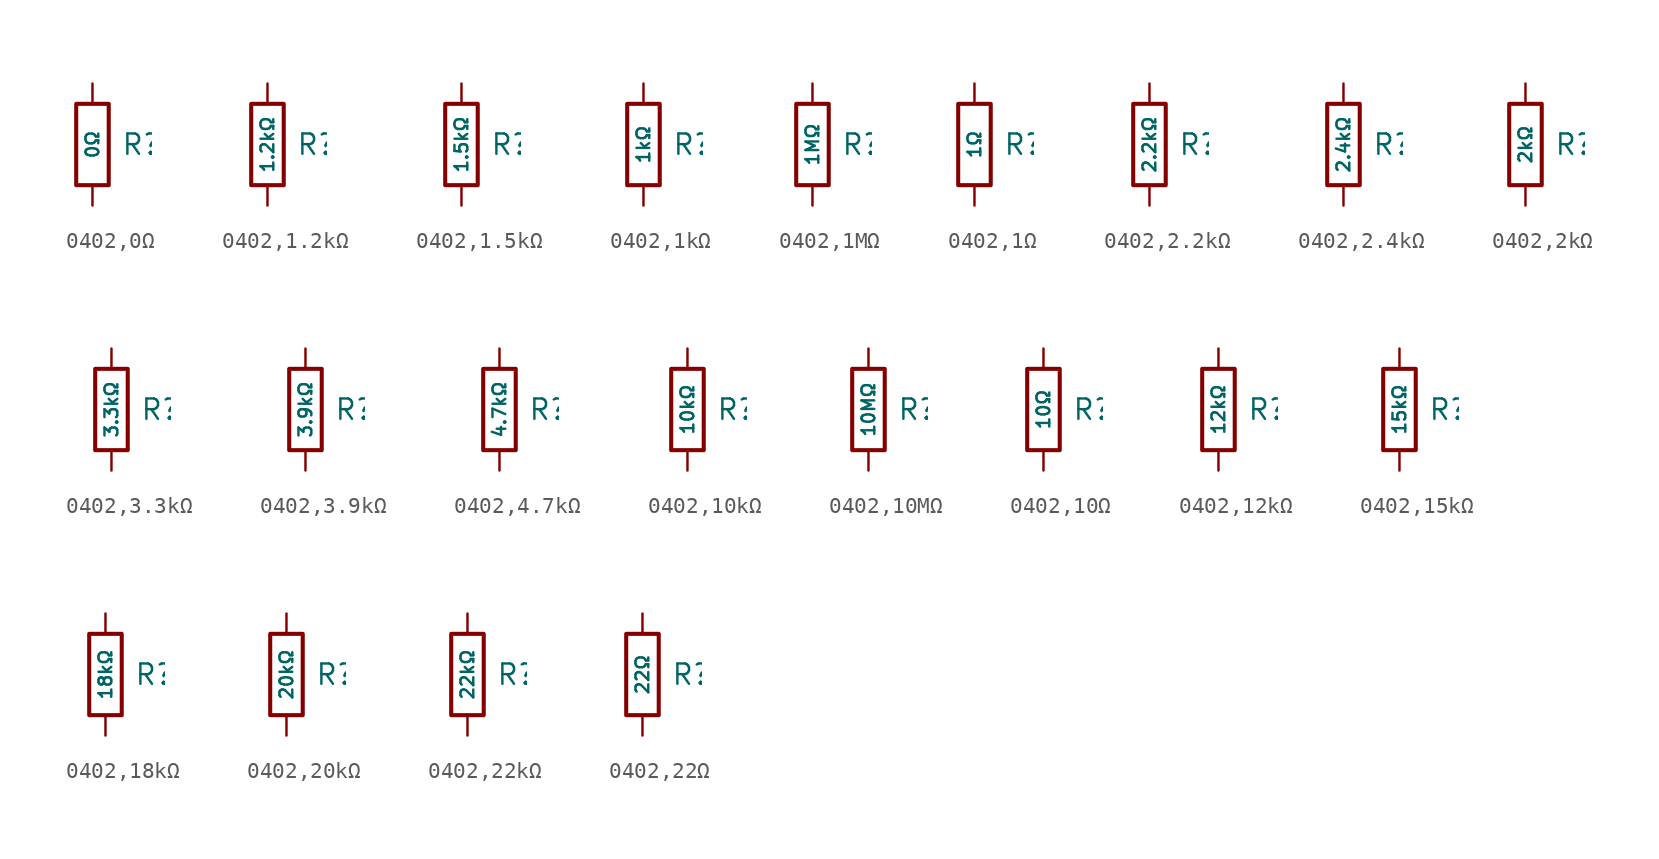
<source format=kicad_sym>
(kicad_symbol_lib
  (version 20231120)
  (generator "CDFER")
  (generator_version "8.0")
  (symbol "0402,0Ω"
    (pin_numbers hide)
    (pin_names
      (offset 0))
    (property "Reference" "R"
      (at 1.778 0 0)
      (effects (font (size 1.27 1.27)) (justify left)))
    (property "Value" "0Ω"
      (at 0 0 90)
      (do_not_autoplace)
      (effects (font (size 0.8 0.8))))
    (symbol "0402,0Ω_0_1"
      (rectangle (start -1.016 2.54) (end 1.016 -2.54) (stroke (width 0.254) (type default)) (fill (type none))))
    (symbol "0402,0Ω_1_1"
      (pin passive line (at 0 3.81 270) (length 1.27) (name "~" (effects (font (size 1.27 1.27)))) (number "1" (effects (font (size 1.27 1.27)))))
      (pin passive line (at 0 -3.81 90) (length 1.27) (name "~" (effects (font (size 1.27 1.27)))) (number "2" (effects (font (size 1.27 1.27)))))))
  (symbol "0402,1.2kΩ"
    (pin_numbers hide)
    (pin_names
      (offset 0))
    (property "Reference" "R"
      (at 1.778 0 0)
      (effects (font (size 1.27 1.27)) (justify left)))
    (property "Value" "1.2kΩ"
      (at 0 0 90)
      (do_not_autoplace)
      (effects (font (size 0.8 0.8))))
    (symbol "0402,1.2kΩ_0_1"
      (rectangle (start -1.016 2.54) (end 1.016 -2.54) (stroke (width 0.254) (type default)) (fill (type none))))
    (symbol "0402,1.2kΩ_1_1"
      (pin passive line (at 0 3.81 270) (length 1.27) (name "~" (effects (font (size 1.27 1.27)))) (number "1" (effects (font (size 1.27 1.27)))))
      (pin passive line (at 0 -3.81 90) (length 1.27) (name "~" (effects (font (size 1.27 1.27)))) (number "2" (effects (font (size 1.27 1.27)))))))
  (symbol "0402,1.5kΩ"
    (pin_numbers hide)
    (pin_names
      (offset 0))
    (property "Reference" "R"
      (at 1.778 0 0)
      (effects (font (size 1.27 1.27)) (justify left)))
    (property "Value" "1.5kΩ"
      (at 0 0 90)
      (do_not_autoplace)
      (effects (font (size 0.8 0.8))))
    (symbol "0402,1.5kΩ_0_1"
      (rectangle (start -1.016 2.54) (end 1.016 -2.54) (stroke (width 0.254) (type default)) (fill (type none))))
    (symbol "0402,1.5kΩ_1_1"
      (pin passive line (at 0 3.81 270) (length 1.27) (name "~" (effects (font (size 1.27 1.27)))) (number "1" (effects (font (size 1.27 1.27)))))
      (pin passive line (at 0 -3.81 90) (length 1.27) (name "~" (effects (font (size 1.27 1.27)))) (number "2" (effects (font (size 1.27 1.27)))))))
  (symbol "0402,1kΩ"
    (pin_numbers hide)
    (pin_names
      (offset 0))
    (property "Reference" "R"
      (at 1.778 0 0)
      (effects (font (size 1.27 1.27)) (justify left)))
    (property "Value" "1kΩ"
      (at 0 0 90)
      (do_not_autoplace)
      (effects (font (size 0.8 0.8))))
    (symbol "0402,1kΩ_0_1"
      (rectangle (start -1.016 2.54) (end 1.016 -2.54) (stroke (width 0.254) (type default)) (fill (type none))))
    (symbol "0402,1kΩ_1_1"
      (pin passive line (at 0 3.81 270) (length 1.27) (name "~" (effects (font (size 1.27 1.27)))) (number "1" (effects (font (size 1.27 1.27)))))
      (pin passive line (at 0 -3.81 90) (length 1.27) (name "~" (effects (font (size 1.27 1.27)))) (number "2" (effects (font (size 1.27 1.27)))))))
  (symbol "0402,1MΩ"
    (pin_numbers hide)
    (pin_names
      (offset 0))
    (property "Reference" "R"
      (at 1.778 0 0)
      (effects (font (size 1.27 1.27)) (justify left)))
    (property "Value" "1MΩ"
      (at 0 0 90)
      (do_not_autoplace)
      (effects (font (size 0.8 0.8))))
    (symbol "0402,1MΩ_0_1"
      (rectangle (start -1.016 2.54) (end 1.016 -2.54) (stroke (width 0.254) (type default)) (fill (type none))))
    (symbol "0402,1MΩ_1_1"
      (pin passive line (at 0 3.81 270) (length 1.27) (name "~" (effects (font (size 1.27 1.27)))) (number "1" (effects (font (size 1.27 1.27)))))
      (pin passive line (at 0 -3.81 90) (length 1.27) (name "~" (effects (font (size 1.27 1.27)))) (number "2" (effects (font (size 1.27 1.27)))))))
  (symbol "0402,1Ω"
    (pin_numbers hide)
    (pin_names
      (offset 0))
    (property "Reference" "R"
      (at 1.778 0 0)
      (effects (font (size 1.27 1.27)) (justify left)))
    (property "Value" "1Ω"
      (at 0 0 90)
      (do_not_autoplace)
      (effects (font (size 0.8 0.8))))
    (symbol "0402,1Ω_0_1"
      (rectangle (start -1.016 2.54) (end 1.016 -2.54) (stroke (width 0.254) (type default)) (fill (type none))))
    (symbol "0402,1Ω_1_1"
      (pin passive line (at 0 3.81 270) (length 1.27) (name "~" (effects (font (size 1.27 1.27)))) (number "1" (effects (font (size 1.27 1.27)))))
      (pin passive line (at 0 -3.81 90) (length 1.27) (name "~" (effects (font (size 1.27 1.27)))) (number "2" (effects (font (size 1.27 1.27)))))))
  (symbol "0402,2.2kΩ"
    (pin_numbers hide)
    (pin_names
      (offset 0))
    (property "Reference" "R"
      (at 1.778 0 0)
      (effects (font (size 1.27 1.27)) (justify left)))
    (property "Value" "2.2kΩ"
      (at 0 0 90)
      (do_not_autoplace)
      (effects (font (size 0.8 0.8))))
    (symbol "0402,2.2kΩ_0_1"
      (rectangle (start -1.016 2.54) (end 1.016 -2.54) (stroke (width 0.254) (type default)) (fill (type none))))
    (symbol "0402,2.2kΩ_1_1"
      (pin passive line (at 0 3.81 270) (length 1.27) (name "~" (effects (font (size 1.27 1.27)))) (number "1" (effects (font (size 1.27 1.27)))))
      (pin passive line (at 0 -3.81 90) (length 1.27) (name "~" (effects (font (size 1.27 1.27)))) (number "2" (effects (font (size 1.27 1.27)))))))
  (symbol "0402,2.4kΩ"
    (pin_numbers hide)
    (pin_names
      (offset 0))
    (property "Reference" "R"
      (at 1.778 0 0)
      (effects (font (size 1.27 1.27)) (justify left)))
    (property "Value" "2.4kΩ"
      (at 0 0 90)
      (do_not_autoplace)
      (effects (font (size 0.8 0.8))))
    (symbol "0402,2.4kΩ_0_1"
      (rectangle (start -1.016 2.54) (end 1.016 -2.54) (stroke (width 0.254) (type default)) (fill (type none))))
    (symbol "0402,2.4kΩ_1_1"
      (pin passive line (at 0 3.81 270) (length 1.27) (name "~" (effects (font (size 1.27 1.27)))) (number "1" (effects (font (size 1.27 1.27)))))
      (pin passive line (at 0 -3.81 90) (length 1.27) (name "~" (effects (font (size 1.27 1.27)))) (number "2" (effects (font (size 1.27 1.27)))))))
  (symbol "0402,2kΩ"
    (pin_numbers hide)
    (pin_names
      (offset 0))
    (property "Reference" "R"
      (at 1.778 0 0)
      (effects (font (size 1.27 1.27)) (justify left)))
    (property "Value" "2kΩ"
      (at 0 0 90)
      (do_not_autoplace)
      (effects (font (size 0.8 0.8))))
    (symbol "0402,2kΩ_0_1"
      (rectangle (start -1.016 2.54) (end 1.016 -2.54) (stroke (width 0.254) (type default)) (fill (type none))))
    (symbol "0402,2kΩ_1_1"
      (pin passive line (at 0 3.81 270) (length 1.27) (name "~" (effects (font (size 1.27 1.27)))) (number "1" (effects (font (size 1.27 1.27)))))
      (pin passive line (at 0 -3.81 90) (length 1.27) (name "~" (effects (font (size 1.27 1.27)))) (number "2" (effects (font (size 1.27 1.27)))))))
  (symbol "0402,3.3kΩ"
    (pin_numbers hide)
    (pin_names
      (offset 0))
    (property "Reference" "R"
      (at 1.778 0 0)
      (effects (font (size 1.27 1.27)) (justify left)))
    (property "Value" "3.3kΩ"
      (at 0 0 90)
      (do_not_autoplace)
      (effects (font (size 0.8 0.8))))
    (symbol "0402,3.3kΩ_0_1"
      (rectangle (start -1.016 2.54) (end 1.016 -2.54) (stroke (width 0.254) (type default)) (fill (type none))))
    (symbol "0402,3.3kΩ_1_1"
      (pin passive line (at 0 3.81 270) (length 1.27) (name "~" (effects (font (size 1.27 1.27)))) (number "1" (effects (font (size 1.27 1.27)))))
      (pin passive line (at 0 -3.81 90) (length 1.27) (name "~" (effects (font (size 1.27 1.27)))) (number "2" (effects (font (size 1.27 1.27)))))))
  (symbol "0402,3.9kΩ"
    (pin_numbers hide)
    (pin_names
      (offset 0))
    (property "Reference" "R"
      (at 1.778 0 0)
      (effects (font (size 1.27 1.27)) (justify left)))
    (property "Value" "3.9kΩ"
      (at 0 0 90)
      (do_not_autoplace)
      (effects (font (size 0.8 0.8))))
    (symbol "0402,3.9kΩ_0_1"
      (rectangle (start -1.016 2.54) (end 1.016 -2.54) (stroke (width 0.254) (type default)) (fill (type none))))
    (symbol "0402,3.9kΩ_1_1"
      (pin passive line (at 0 3.81 270) (length 1.27) (name "~" (effects (font (size 1.27 1.27)))) (number "1" (effects (font (size 1.27 1.27)))))
      (pin passive line (at 0 -3.81 90) (length 1.27) (name "~" (effects (font (size 1.27 1.27)))) (number "2" (effects (font (size 1.27 1.27)))))))
  (symbol "0402,4.7kΩ"
    (pin_numbers hide)
    (pin_names
      (offset 0))
    (property "Reference" "R"
      (at 1.778 0 0)
      (effects (font (size 1.27 1.27)) (justify left)))
    (property "Value" "4.7kΩ"
      (at 0 0 90)
      (do_not_autoplace)
      (effects (font (size 0.8 0.8))))
    (symbol "0402,4.7kΩ_0_1"
      (rectangle (start -1.016 2.54) (end 1.016 -2.54) (stroke (width 0.254) (type default)) (fill (type none))))
    (symbol "0402,4.7kΩ_1_1"
      (pin passive line (at 0 3.81 270) (length 1.27) (name "~" (effects (font (size 1.27 1.27)))) (number "1" (effects (font (size 1.27 1.27)))))
      (pin passive line (at 0 -3.81 90) (length 1.27) (name "~" (effects (font (size 1.27 1.27)))) (number "2" (effects (font (size 1.27 1.27)))))))
  (symbol "0402,10kΩ"
    (pin_numbers hide)
    (pin_names
      (offset 0))
    (property "Reference" "R"
      (at 1.778 0 0)
      (effects (font (size 1.27 1.27)) (justify left)))
    (property "Value" "10kΩ"
      (at 0 0 90)
      (do_not_autoplace)
      (effects (font (size 0.8 0.8))))
    (symbol "0402,10kΩ_0_1"
      (rectangle (start -1.016 2.54) (end 1.016 -2.54) (stroke (width 0.254) (type default)) (fill (type none))))
    (symbol "0402,10kΩ_1_1"
      (pin passive line (at 0 3.81 270) (length 1.27) (name "~" (effects (font (size 1.27 1.27)))) (number "1" (effects (font (size 1.27 1.27)))))
      (pin passive line (at 0 -3.81 90) (length 1.27) (name "~" (effects (font (size 1.27 1.27)))) (number "2" (effects (font (size 1.27 1.27)))))))
  (symbol "0402,10MΩ"
    (pin_numbers hide)
    (pin_names
      (offset 0))
    (property "Reference" "R"
      (at 1.778 0 0)
      (effects (font (size 1.27 1.27)) (justify left)))
    (property "Value" "10MΩ"
      (at 0 0 90)
      (do_not_autoplace)
      (effects (font (size 0.8 0.8))))
    (symbol "0402,10MΩ_0_1"
      (rectangle (start -1.016 2.54) (end 1.016 -2.54) (stroke (width 0.254) (type default)) (fill (type none))))
    (symbol "0402,10MΩ_1_1"
      (pin passive line (at 0 3.81 270) (length 1.27) (name "~" (effects (font (size 1.27 1.27)))) (number "1" (effects (font (size 1.27 1.27)))))
      (pin passive line (at 0 -3.81 90) (length 1.27) (name "~" (effects (font (size 1.27 1.27)))) (number "2" (effects (font (size 1.27 1.27)))))))
  (symbol "0402,10Ω"
    (pin_numbers hide)
    (pin_names
      (offset 0))
    (property "Reference" "R"
      (at 1.778 0 0)
      (effects (font (size 1.27 1.27)) (justify left)))
    (property "Value" "10Ω"
      (at 0 0 90)
      (do_not_autoplace)
      (effects (font (size 0.8 0.8))))
    (symbol "0402,10Ω_0_1"
      (rectangle (start -1.016 2.54) (end 1.016 -2.54) (stroke (width 0.254) (type default)) (fill (type none))))
    (symbol "0402,10Ω_1_1"
      (pin passive line (at 0 3.81 270) (length 1.27) (name "~" (effects (font (size 1.27 1.27)))) (number "1" (effects (font (size 1.27 1.27)))))
      (pin passive line (at 0 -3.81 90) (length 1.27) (name "~" (effects (font (size 1.27 1.27)))) (number "2" (effects (font (size 1.27 1.27)))))))
  (symbol "0402,12kΩ"
    (pin_numbers hide)
    (pin_names
      (offset 0))
    (property "Reference" "R"
      (at 1.778 0 0)
      (effects (font (size 1.27 1.27)) (justify left)))
    (property "Value" "12kΩ"
      (at 0 0 90)
      (do_not_autoplace)
      (effects (font (size 0.8 0.8))))
    (symbol "0402,12kΩ_0_1"
      (rectangle (start -1.016 2.54) (end 1.016 -2.54) (stroke (width 0.254) (type default)) (fill (type none))))
    (symbol "0402,12kΩ_1_1"
      (pin passive line (at 0 3.81 270) (length 1.27) (name "~" (effects (font (size 1.27 1.27)))) (number "1" (effects (font (size 1.27 1.27)))))
      (pin passive line (at 0 -3.81 90) (length 1.27) (name "~" (effects (font (size 1.27 1.27)))) (number "2" (effects (font (size 1.27 1.27)))))))
  (symbol "0402,15kΩ"
    (pin_numbers hide)
    (pin_names
      (offset 0))
    (property "Reference" "R"
      (at 1.778 0 0)
      (effects (font (size 1.27 1.27)) (justify left)))
    (property "Value" "15kΩ"
      (at 0 0 90)
      (do_not_autoplace)
      (effects (font (size 0.8 0.8))))
    (symbol "0402,15kΩ_0_1"
      (rectangle (start -1.016 2.54) (end 1.016 -2.54) (stroke (width 0.254) (type default)) (fill (type none))))
    (symbol "0402,15kΩ_1_1"
      (pin passive line (at 0 3.81 270) (length 1.27) (name "~" (effects (font (size 1.27 1.27)))) (number "1" (effects (font (size 1.27 1.27)))))
      (pin passive line (at 0 -3.81 90) (length 1.27) (name "~" (effects (font (size 1.27 1.27)))) (number "2" (effects (font (size 1.27 1.27)))))))
  (symbol "0402,18kΩ"
    (pin_numbers hide)
    (pin_names
      (offset 0))
    (property "Reference" "R"
      (at 1.778 0 0)
      (effects (font (size 1.27 1.27)) (justify left)))
    (property "Value" "18kΩ"
      (at 0 0 90)
      (do_not_autoplace)
      (effects (font (size 0.8 0.8))))
    (symbol "0402,18kΩ_0_1"
      (rectangle (start -1.016 2.54) (end 1.016 -2.54) (stroke (width 0.254) (type default)) (fill (type none))))
    (symbol "0402,18kΩ_1_1"
      (pin passive line (at 0 3.81 270) (length 1.27) (name "~" (effects (font (size 1.27 1.27)))) (number "1" (effects (font (size 1.27 1.27)))))
      (pin passive line (at 0 -3.81 90) (length 1.27) (name "~" (effects (font (size 1.27 1.27)))) (number "2" (effects (font (size 1.27 1.27)))))))
  (symbol "0402,20kΩ"
    (pin_numbers hide)
    (pin_names
      (offset 0))
    (property "Reference" "R"
      (at 1.778 0 0)
      (effects (font (size 1.27 1.27)) (justify left)))
    (property "Value" "20kΩ"
      (at 0 0 90)
      (do_not_autoplace)
      (effects (font (size 0.8 0.8))))
    (symbol "0402,20kΩ_0_1"
      (rectangle (start -1.016 2.54) (end 1.016 -2.54) (stroke (width 0.254) (type default)) (fill (type none))))
    (symbol "0402,20kΩ_1_1"
      (pin passive line (at 0 3.81 270) (length 1.27) (name "~" (effects (font (size 1.27 1.27)))) (number "1" (effects (font (size 1.27 1.27)))))
      (pin passive line (at 0 -3.81 90) (length 1.27) (name "~" (effects (font (size 1.27 1.27)))) (number "2" (effects (font (size 1.27 1.27)))))))
  (symbol "0402,22kΩ"
    (pin_numbers hide)
    (pin_names
      (offset 0))
    (property "Reference" "R"
      (at 1.778 0 0)
      (effects (font (size 1.27 1.27)) (justify left)))
    (property "Value" "22kΩ"
      (at 0 0 90)
      (do_not_autoplace)
      (effects (font (size 0.8 0.8))))
    (symbol "0402,22kΩ_0_1"
      (rectangle (start -1.016 2.54) (end 1.016 -2.54) (stroke (width 0.254) (type default)) (fill (type none))))
    (symbol "0402,22kΩ_1_1"
      (pin passive line (at 0 3.81 270) (length 1.27) (name "~" (effects (font (size 1.27 1.27)))) (number "1" (effects (font (size 1.27 1.27)))))
      (pin passive line (at 0 -3.81 90) (length 1.27) (name "~" (effects (font (size 1.27 1.27)))) (number "2" (effects (font (size 1.27 1.27)))))))
  (symbol "0402,22Ω"
    (pin_numbers hide)
    (pin_names
      (offset 0))
    (property "Reference" "R"
      (at 1.778 0 0)
      (effects (font (size 1.27 1.27)) (justify left)))
    (property "Value" "22Ω"
      (at 0 0 90)
      (do_not_autoplace)
      (effects (font (size 0.8 0.8))))
    (symbol "0402,22Ω_0_1"
      (rectangle (start -1.016 2.54) (end 1.016 -2.54) (stroke (width 0.254) (type default)) (fill (type none))))
    (symbol "0402,22Ω_1_1"
      (pin passive line (at 0 3.81 270) (length 1.27) (name "~" (effects (font (size 1.27 1.27)))) (number "1" (effects (font (size 1.27 1.27)))))
      (pin passive line (at 0 -3.81 90) (length 1.27) (name "~" (effects (font (size 1.27 1.27)))) (number "2" (effects (font (size 1.27 1.27))))))))
</source>
